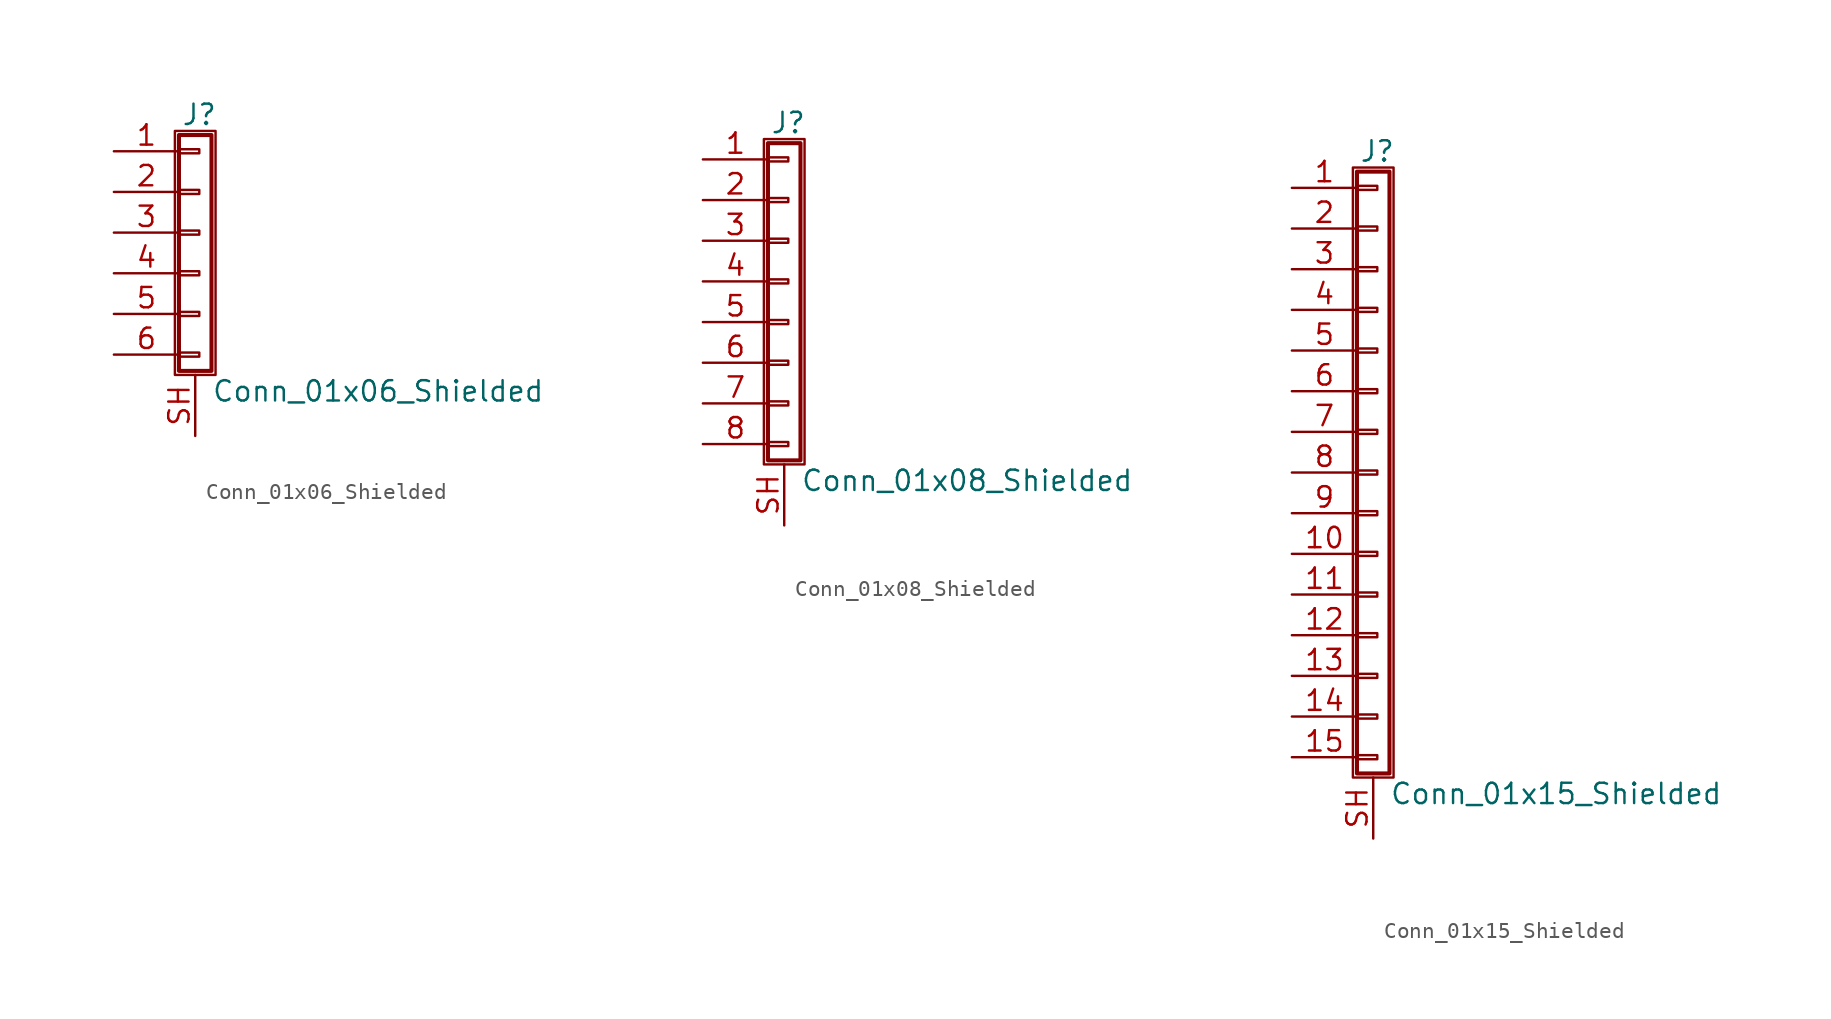
<source format=kicad_sym>
(kicad_symbol_lib
  (version 20241209)
  (generator "kicad_symbol_editor")
  (generator_version "9.0")
  (symbol "Conn_01x06_Shielded"
    (pin_names
      (offset 1.016)
      (hide yes))
    (property "Reference" "J"
      (at 0.254 7.366 0)
      (effects (font (size 1.27 1.27))))
    (property "Value" "Conn_01x06_Shielded"
      (at 1.016 -9.906 0)
      (effects (font (size 1.27 1.27)) (justify left)))
    (symbol "Conn_01x06_Shielded_1_1"
      (rectangle (start -1.27 6.35) (end 1.27 -8.89) (stroke (width 0.152) (type solid)) (fill (type none)))
      (rectangle (start -1.016 6.096) (end 1.016 -8.636) (stroke (width 0.254) (type solid)) (fill (type none)))
      (rectangle (start -1.016 5.207) (end 0.254 4.953) (stroke (width 0.152) (type solid)) (fill (type none)))
      (rectangle (start -1.016 2.667) (end 0.254 2.413) (stroke (width 0.152) (type solid)) (fill (type none)))
      (rectangle (start -1.016 0.127) (end 0.254 -0.127) (stroke (width 0.152) (type solid)) (fill (type none)))
      (rectangle (start -1.016 -2.413) (end 0.254 -2.667) (stroke (width 0.152) (type solid)) (fill (type none)))
      (rectangle (start -1.016 -4.953) (end 0.254 -5.207) (stroke (width 0.152) (type solid)) (fill (type none)))
      (rectangle (start -1.016 -7.493) (end 0.254 -7.747) (stroke (width 0.152) (type solid)) (fill (type none)))
      (pin passive line (at -5.08 5.08 0) (length 4.064) (name "Pin_1" (effects (font (size 1.27 1.27)))) (number "1" (effects (font (size 1.27 1.27)))))
      (pin passive line (at -5.08 2.54 0) (length 4.064) (name "Pin_2" (effects (font (size 1.27 1.27)))) (number "2" (effects (font (size 1.27 1.27)))))
      (pin passive line (at -5.08 0 0) (length 4.064) (name "Pin_3" (effects (font (size 1.27 1.27)))) (number "3" (effects (font (size 1.27 1.27)))))
      (pin passive line (at -5.08 -2.54 0) (length 4.064) (name "Pin_4" (effects (font (size 1.27 1.27)))) (number "4" (effects (font (size 1.27 1.27)))))
      (pin passive line (at -5.08 -5.08 0) (length 4.064) (name "Pin_5" (effects (font (size 1.27 1.27)))) (number "5" (effects (font (size 1.27 1.27)))))
      (pin passive line (at -5.08 -7.62 0) (length 4.064) (name "Pin_6" (effects (font (size 1.27 1.27)))) (number "6" (effects (font (size 1.27 1.27)))))
      (pin passive line (at 0 -12.7 90) (length 3.81) (name "Shield" (effects (font (size 1.27 1.27)))) (number "SH" (effects (font (size 1.27 1.27)))))))
  (symbol "Conn_01x08_Shielded"
    (pin_names
      (offset 1.016)
      (hide yes))
    (property "Reference" "J"
      (at 0.254 9.906 0)
      (effects (font (size 1.27 1.27))))
    (property "Value" "Conn_01x08_Shielded"
      (at 1.016 -12.446 0)
      (effects (font (size 1.27 1.27)) (justify left)))
    (symbol "Conn_01x08_Shielded_1_1"
      (rectangle (start -1.27 8.89) (end 1.27 -11.43) (stroke (width 0.152) (type solid)) (fill (type none)))
      (rectangle (start -1.016 8.636) (end 1.016 -11.176) (stroke (width 0.254) (type solid)) (fill (type none)))
      (rectangle (start -1.016 7.747) (end 0.254 7.493) (stroke (width 0.152) (type solid)) (fill (type none)))
      (rectangle (start -1.016 5.207) (end 0.254 4.953) (stroke (width 0.152) (type solid)) (fill (type none)))
      (rectangle (start -1.016 2.667) (end 0.254 2.413) (stroke (width 0.152) (type solid)) (fill (type none)))
      (rectangle (start -1.016 0.127) (end 0.254 -0.127) (stroke (width 0.152) (type solid)) (fill (type none)))
      (rectangle (start -1.016 -2.413) (end 0.254 -2.667) (stroke (width 0.152) (type solid)) (fill (type none)))
      (rectangle (start -1.016 -4.953) (end 0.254 -5.207) (stroke (width 0.152) (type solid)) (fill (type none)))
      (rectangle (start -1.016 -7.493) (end 0.254 -7.747) (stroke (width 0.152) (type solid)) (fill (type none)))
      (rectangle (start -1.016 -10.033) (end 0.254 -10.287) (stroke (width 0.152) (type solid)) (fill (type none)))
      (pin passive line (at -5.08 7.62 0) (length 4.064) (name "Pin_1" (effects (font (size 1.27 1.27)))) (number "1" (effects (font (size 1.27 1.27)))))
      (pin passive line (at -5.08 5.08 0) (length 4.064) (name "Pin_2" (effects (font (size 1.27 1.27)))) (number "2" (effects (font (size 1.27 1.27)))))
      (pin passive line (at -5.08 2.54 0) (length 4.064) (name "Pin_3" (effects (font (size 1.27 1.27)))) (number "3" (effects (font (size 1.27 1.27)))))
      (pin passive line (at -5.08 0 0) (length 4.064) (name "Pin_4" (effects (font (size 1.27 1.27)))) (number "4" (effects (font (size 1.27 1.27)))))
      (pin passive line (at -5.08 -2.54 0) (length 4.064) (name "Pin_5" (effects (font (size 1.27 1.27)))) (number "5" (effects (font (size 1.27 1.27)))))
      (pin passive line (at -5.08 -5.08 0) (length 4.064) (name "Pin_6" (effects (font (size 1.27 1.27)))) (number "6" (effects (font (size 1.27 1.27)))))
      (pin passive line (at -5.08 -7.62 0) (length 4.064) (name "Pin_7" (effects (font (size 1.27 1.27)))) (number "7" (effects (font (size 1.27 1.27)))))
      (pin passive line (at -5.08 -10.16 0) (length 4.064) (name "Pin_8" (effects (font (size 1.27 1.27)))) (number "8" (effects (font (size 1.27 1.27)))))
      (pin passive line (at 0 -15.24 90) (length 3.81) (name "Shield" (effects (font (size 1.27 1.27)))) (number "SH" (effects (font (size 1.27 1.27)))))))
  (symbol "Conn_01x15_Shielded"
    (pin_names
      (offset 1.016)
      (hide yes))
    (property "Reference" "J"
      (at 0.254 20.066 0)
      (effects (font (size 1.27 1.27))))
    (property "Value" "Conn_01x15_Shielded"
      (at 1.016 -20.066 0)
      (effects (font (size 1.27 1.27)) (justify left)))
    (symbol "Conn_01x15_Shielded_1_1"
      (rectangle (start -1.27 19.05) (end 1.27 -19.05) (stroke (width 0.152) (type solid)) (fill (type none)))
      (rectangle (start -1.016 18.796) (end 1.016 -18.796) (stroke (width 0.254) (type solid)) (fill (type none)))
      (rectangle (start -1.016 17.907) (end 0.254 17.653) (stroke (width 0.152) (type solid)) (fill (type none)))
      (rectangle (start -1.016 15.367) (end 0.254 15.113) (stroke (width 0.152) (type solid)) (fill (type none)))
      (rectangle (start -1.016 12.827) (end 0.254 12.573) (stroke (width 0.152) (type solid)) (fill (type none)))
      (rectangle (start -1.016 10.287) (end 0.254 10.033) (stroke (width 0.152) (type solid)) (fill (type none)))
      (rectangle (start -1.016 7.747) (end 0.254 7.493) (stroke (width 0.152) (type solid)) (fill (type none)))
      (rectangle (start -1.016 5.207) (end 0.254 4.953) (stroke (width 0.152) (type solid)) (fill (type none)))
      (rectangle (start -1.016 2.667) (end 0.254 2.413) (stroke (width 0.152) (type solid)) (fill (type none)))
      (rectangle (start -1.016 0.127) (end 0.254 -0.127) (stroke (width 0.152) (type solid)) (fill (type none)))
      (rectangle (start -1.016 -2.413) (end 0.254 -2.667) (stroke (width 0.152) (type solid)) (fill (type none)))
      (rectangle (start -1.016 -4.953) (end 0.254 -5.207) (stroke (width 0.152) (type solid)) (fill (type none)))
      (rectangle (start -1.016 -7.493) (end 0.254 -7.747) (stroke (width 0.152) (type solid)) (fill (type none)))
      (rectangle (start -1.016 -10.033) (end 0.254 -10.287) (stroke (width 0.152) (type solid)) (fill (type none)))
      (rectangle (start -1.016 -12.573) (end 0.254 -12.827) (stroke (width 0.152) (type solid)) (fill (type none)))
      (rectangle (start -1.016 -15.113) (end 0.254 -15.367) (stroke (width 0.152) (type solid)) (fill (type none)))
      (rectangle (start -1.016 -17.653) (end 0.254 -17.907) (stroke (width 0.152) (type solid)) (fill (type none)))
      (pin passive line (at -5.08 17.78 0) (length 4.064) (name "Pin_1" (effects (font (size 1.27 1.27)))) (number "1" (effects (font (size 1.27 1.27)))))
      (pin passive line (at -5.08 15.24 0) (length 4.064) (name "Pin_2" (effects (font (size 1.27 1.27)))) (number "2" (effects (font (size 1.27 1.27)))))
      (pin passive line (at -5.08 12.7 0) (length 4.064) (name "Pin_3" (effects (font (size 1.27 1.27)))) (number "3" (effects (font (size 1.27 1.27)))))
      (pin passive line (at -5.08 10.16 0) (length 4.064) (name "Pin_4" (effects (font (size 1.27 1.27)))) (number "4" (effects (font (size 1.27 1.27)))))
      (pin passive line (at -5.08 7.62 0) (length 4.064) (name "Pin_5" (effects (font (size 1.27 1.27)))) (number "5" (effects (font (size 1.27 1.27)))))
      (pin passive line (at -5.08 5.08 0) (length 4.064) (name "Pin_6" (effects (font (size 1.27 1.27)))) (number "6" (effects (font (size 1.27 1.27)))))
      (pin passive line (at -5.08 2.54 0) (length 4.064) (name "Pin_7" (effects (font (size 1.27 1.27)))) (number "7" (effects (font (size 1.27 1.27)))))
      (pin passive line (at -5.08 0 0) (length 4.064) (name "Pin_8" (effects (font (size 1.27 1.27)))) (number "8" (effects (font (size 1.27 1.27)))))
      (pin passive line (at -5.08 -2.54 0) (length 4.064) (name "Pin_9" (effects (font (size 1.27 1.27)))) (number "9" (effects (font (size 1.27 1.27)))))
      (pin passive line (at -5.08 -5.08 0) (length 4.064) (name "Pin_10" (effects (font (size 1.27 1.27)))) (number "10" (effects (font (size 1.27 1.27)))))
      (pin passive line (at -5.08 -7.62 0) (length 4.064) (name "Pin_11" (effects (font (size 1.27 1.27)))) (number "11" (effects (font (size 1.27 1.27)))))
      (pin passive line (at -5.08 -10.16 0) (length 4.064) (name "Pin_12" (effects (font (size 1.27 1.27)))) (number "12" (effects (font (size 1.27 1.27)))))
      (pin passive line (at -5.08 -12.7 0) (length 4.064) (name "Pin_13" (effects (font (size 1.27 1.27)))) (number "13" (effects (font (size 1.27 1.27)))))
      (pin passive line (at -5.08 -15.24 0) (length 4.064) (name "Pin_14" (effects (font (size 1.27 1.27)))) (number "14" (effects (font (size 1.27 1.27)))))
      (pin passive line (at -5.08 -17.78 0) (length 4.064) (name "Pin_15" (effects (font (size 1.27 1.27)))) (number "15" (effects (font (size 1.27 1.27)))))
      (pin passive line (at 0 -22.86 90) (length 3.81) (name "Shield" (effects (font (size 1.27 1.27)))) (number "SH" (effects (font (size 1.27 1.27))))))))
</source>
